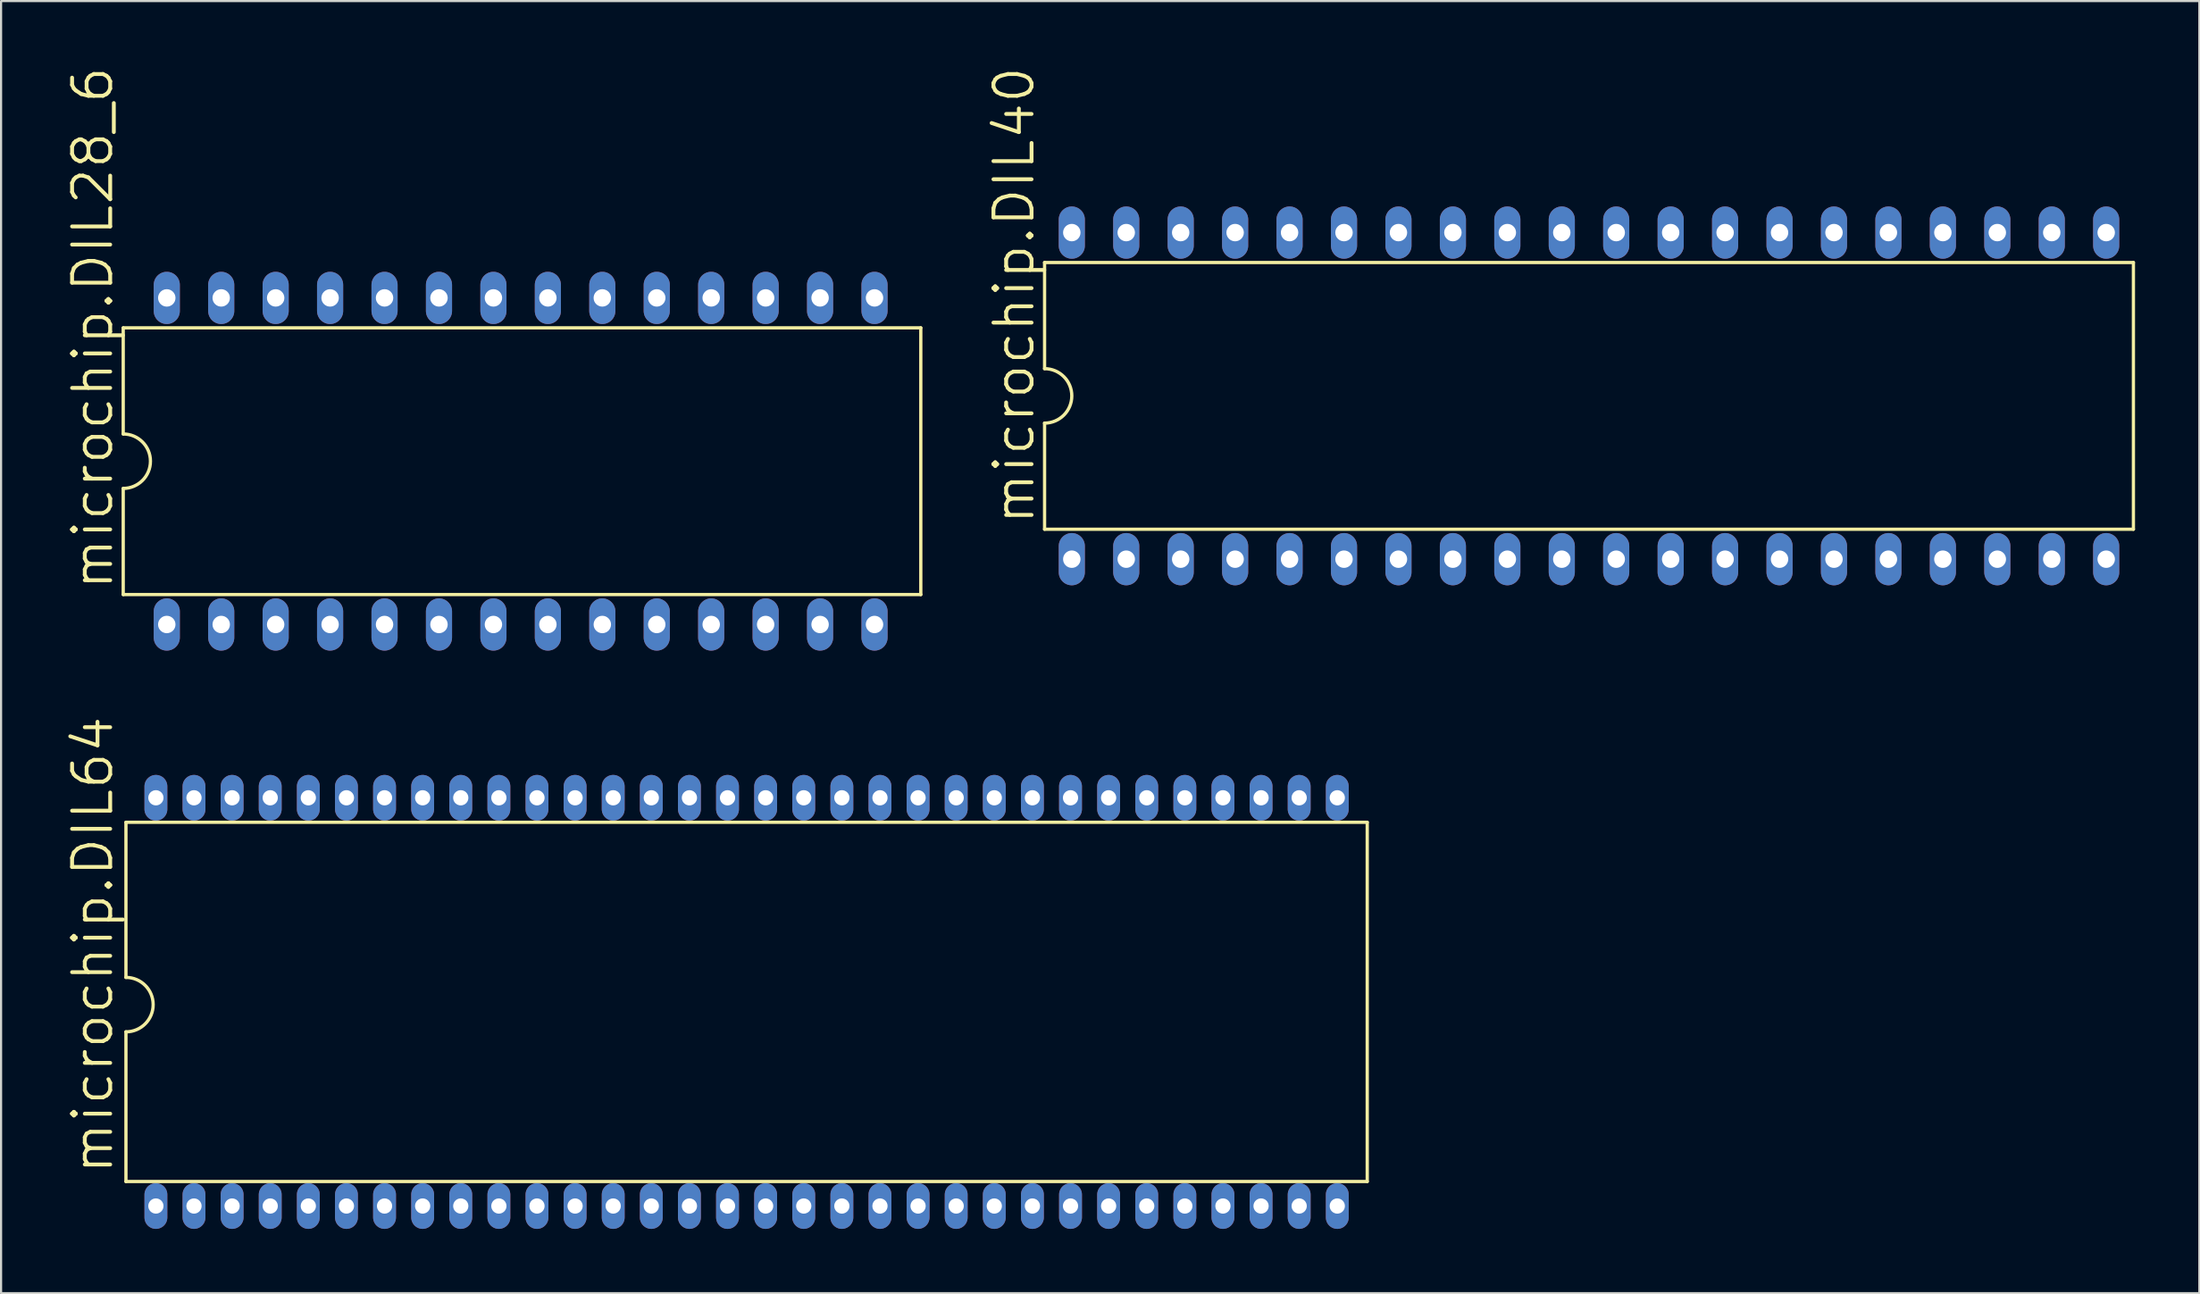
<source format=kicad_pcb>
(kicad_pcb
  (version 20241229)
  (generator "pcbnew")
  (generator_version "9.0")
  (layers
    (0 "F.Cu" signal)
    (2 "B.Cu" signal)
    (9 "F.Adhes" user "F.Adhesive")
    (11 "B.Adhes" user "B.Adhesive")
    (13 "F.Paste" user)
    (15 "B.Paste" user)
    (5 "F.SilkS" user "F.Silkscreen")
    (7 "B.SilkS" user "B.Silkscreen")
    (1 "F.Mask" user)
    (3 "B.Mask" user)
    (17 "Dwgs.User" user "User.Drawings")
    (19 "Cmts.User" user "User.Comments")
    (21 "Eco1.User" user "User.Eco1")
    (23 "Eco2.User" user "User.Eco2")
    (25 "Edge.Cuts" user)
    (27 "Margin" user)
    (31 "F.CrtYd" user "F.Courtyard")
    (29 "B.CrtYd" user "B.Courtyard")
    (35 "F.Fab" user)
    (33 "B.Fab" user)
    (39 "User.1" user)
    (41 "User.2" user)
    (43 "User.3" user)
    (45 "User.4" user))
  (footprint "microchip.DIL40"
    (layer "F.Cu")
    (at 71.085 15.424)
    (property "Reference" "microchip.DIL40" (at -25.781 6.096 90) (layer "F.SilkS") (effects (font (size 1.778 1.778) (thickness 0.18)) (justify left bottom)))
    (attr through_hole)
    (fp_line (start -25.4 -6.223) (end -25.4 -1.27) (stroke (width 0.152) (type default)) (layer "F.SilkS"))
    (fp_line (start -25.4 -6.223) (end 25.4 -6.223) (stroke (width 0.152) (type default)) (layer "F.SilkS"))
    (fp_line (start -25.4 1.27) (end -25.4 6.223) (stroke (width 0.152) (type default)) (layer "F.SilkS"))
    (fp_line (start -25.4 6.223) (end 25.4 6.223) (stroke (width 0.152) (type default)) (layer "F.SilkS"))
    (fp_line (start 25.4 6.223) (end 25.4 -6.223) (stroke (width 0.152) (type default)) (layer "F.SilkS"))
    (fp_arc (start -25.4 -1.27) (mid -24.13 0) (end -25.4 1.27) (stroke (width 0.1524) (type default)) (layer "F.SilkS"))
    (pad "1" thru_hole oval (at -24.13 7.62 90) (size 2.438 1.219) (drill 0.813) (layers "*.Cu" "*.Mask"))
    (pad "2" thru_hole oval (at -21.59 7.62 90) (size 2.438 1.219) (drill 0.813) (layers "*.Cu" "*.Mask"))
    (pad "3" thru_hole oval (at -19.05 7.62 90) (size 2.438 1.219) (drill 0.813) (layers "*.Cu" "*.Mask"))
    (pad "4" thru_hole oval (at -16.51 7.62 90) (size 2.438 1.219) (drill 0.813) (layers "*.Cu" "*.Mask"))
    (pad "5" thru_hole oval (at -13.97 7.62 90) (size 2.438 1.219) (drill 0.813) (layers "*.Cu" "*.Mask"))
    (pad "6" thru_hole oval (at -11.43 7.62 90) (size 2.438 1.219) (drill 0.813) (layers "*.Cu" "*.Mask"))
    (pad "7" thru_hole oval (at -8.89 7.62 90) (size 2.438 1.219) (drill 0.813) (layers "*.Cu" "*.Mask"))
    (pad "8" thru_hole oval (at -6.35 7.62 90) (size 2.438 1.219) (drill 0.813) (layers "*.Cu" "*.Mask"))
    (pad "9" thru_hole oval (at -3.81 7.62 90) (size 2.438 1.219) (drill 0.813) (layers "*.Cu" "*.Mask"))
    (pad "10" thru_hole oval (at -1.27 7.62 90) (size 2.438 1.219) (drill 0.813) (layers "*.Cu" "*.Mask"))
    (pad "11" thru_hole oval (at 1.27 7.62 90) (size 2.438 1.219) (drill 0.813) (layers "*.Cu" "*.Mask"))
    (pad "12" thru_hole oval (at 3.81 7.62 90) (size 2.438 1.219) (drill 0.813) (layers "*.Cu" "*.Mask"))
    (pad "13" thru_hole oval (at 6.35 7.62 90) (size 2.438 1.219) (drill 0.813) (layers "*.Cu" "*.Mask"))
    (pad "14" thru_hole oval (at 8.89 7.62 90) (size 2.438 1.219) (drill 0.813) (layers "*.Cu" "*.Mask"))
    (pad "15" thru_hole oval (at 11.43 7.62 90) (size 2.438 1.219) (drill 0.813) (layers "*.Cu" "*.Mask"))
    (pad "16" thru_hole oval (at 13.97 7.62 90) (size 2.438 1.219) (drill 0.813) (layers "*.Cu" "*.Mask"))
    (pad "17" thru_hole oval (at 16.51 7.62 90) (size 2.438 1.219) (drill 0.813) (layers "*.Cu" "*.Mask"))
    (pad "18" thru_hole oval (at 19.05 7.62 90) (size 2.438 1.219) (drill 0.813) (layers "*.Cu" "*.Mask"))
    (pad "19" thru_hole oval (at 21.59 7.62 90) (size 2.438 1.219) (drill 0.813) (layers "*.Cu" "*.Mask"))
    (pad "20" thru_hole oval (at 24.13 7.62 90) (size 2.438 1.219) (drill 0.813) (layers "*.Cu" "*.Mask"))
    (pad "21" thru_hole oval (at 24.13 -7.62 90) (size 2.438 1.219) (drill 0.813) (layers "*.Cu" "*.Mask"))
    (pad "22" thru_hole oval (at 21.59 -7.62 90) (size 2.438 1.219) (drill 0.813) (layers "*.Cu" "*.Mask"))
    (pad "23" thru_hole oval (at 19.05 -7.62 90) (size 2.438 1.219) (drill 0.813) (layers "*.Cu" "*.Mask"))
    (pad "24" thru_hole oval (at 16.51 -7.62 90) (size 2.438 1.219) (drill 0.813) (layers "*.Cu" "*.Mask"))
    (pad "25" thru_hole oval (at 13.97 -7.62 90) (size 2.438 1.219) (drill 0.813) (layers "*.Cu" "*.Mask"))
    (pad "26" thru_hole oval (at 11.43 -7.62 90) (size 2.438 1.219) (drill 0.813) (layers "*.Cu" "*.Mask"))
    (pad "27" thru_hole oval (at 8.89 -7.62 90) (size 2.438 1.219) (drill 0.813) (layers "*.Cu" "*.Mask"))
    (pad "28" thru_hole oval (at 6.35 -7.62 90) (size 2.438 1.219) (drill 0.813) (layers "*.Cu" "*.Mask"))
    (pad "29" thru_hole oval (at 3.81 -7.62 90) (size 2.438 1.219) (drill 0.813) (layers "*.Cu" "*.Mask"))
    (pad "30" thru_hole oval (at 1.27 -7.62 90) (size 2.438 1.219) (drill 0.813) (layers "*.Cu" "*.Mask"))
    (pad "31" thru_hole oval (at -1.27 -7.62 90) (size 2.438 1.219) (drill 0.813) (layers "*.Cu" "*.Mask"))
    (pad "32" thru_hole oval (at -3.81 -7.62 90) (size 2.438 1.219) (drill 0.813) (layers "*.Cu" "*.Mask"))
    (pad "33" thru_hole oval (at -6.35 -7.62 90) (size 2.438 1.219) (drill 0.813) (layers "*.Cu" "*.Mask"))
    (pad "34" thru_hole oval (at -8.89 -7.62 90) (size 2.438 1.219) (drill 0.813) (layers "*.Cu" "*.Mask"))
    (pad "35" thru_hole oval (at -11.43 -7.62 90) (size 2.438 1.219) (drill 0.813) (layers "*.Cu" "*.Mask"))
    (pad "36" thru_hole oval (at -13.97 -7.62 90) (size 2.438 1.219) (drill 0.813) (layers "*.Cu" "*.Mask"))
    (pad "37" thru_hole oval (at -16.51 -7.62 90) (size 2.438 1.219) (drill 0.813) (layers "*.Cu" "*.Mask"))
    (pad "38" thru_hole oval (at -19.05 -7.62 90) (size 2.438 1.219) (drill 0.813) (layers "*.Cu" "*.Mask"))
    (pad "39" thru_hole oval (at -21.59 -7.62 90) (size 2.438 1.219) (drill 0.813) (layers "*.Cu" "*.Mask"))
    (pad "40" thru_hole oval (at -24.13 -7.62 90) (size 2.438 1.219) (drill 0.813) (layers "*.Cu" "*.Mask")))
  (footprint "microchip.DIL28_6"
    (layer "F.Cu")
    (at 21.241 18.472)
    (property "Reference" "microchip.DIL28_6" (at -18.923 6.096 90) (layer "F.SilkS") (effects (font (size 1.778 1.778) (thickness 0.18)) (justify left bottom)))
    (attr through_hole)
    (fp_line (start -18.542 -6.223) (end -18.542 -1.27) (stroke (width 0.152) (type default)) (layer "F.SilkS"))
    (fp_line (start -18.542 -6.223) (end 18.669 -6.223) (stroke (width 0.152) (type default)) (layer "F.SilkS"))
    (fp_line (start -18.542 1.27) (end -18.542 6.223) (stroke (width 0.152) (type default)) (layer "F.SilkS"))
    (fp_line (start 18.669 6.223) (end -18.542 6.223) (stroke (width 0.152) (type default)) (layer "F.SilkS"))
    (fp_line (start 18.669 6.223) (end 18.669 -6.223) (stroke (width 0.152) (type default)) (layer "F.SilkS"))
    (fp_arc (start -18.542 -1.27) (mid -17.272 0) (end -18.542 1.27) (stroke (width 0.1524) (type default)) (layer "F.SilkS"))
    (pad "1" thru_hole oval (at -16.51 7.62 90) (size 2.438 1.219) (drill 0.813) (layers "*.Cu" "*.Mask"))
    (pad "2" thru_hole oval (at -13.97 7.62 90) (size 2.438 1.219) (drill 0.813) (layers "*.Cu" "*.Mask"))
    (pad "3" thru_hole oval (at -11.43 7.62 90) (size 2.438 1.219) (drill 0.813) (layers "*.Cu" "*.Mask"))
    (pad "4" thru_hole oval (at -8.89 7.62 90) (size 2.438 1.219) (drill 0.813) (layers "*.Cu" "*.Mask"))
    (pad "5" thru_hole oval (at -6.35 7.62 90) (size 2.438 1.219) (drill 0.813) (layers "*.Cu" "*.Mask"))
    (pad "6" thru_hole oval (at -3.81 7.62 90) (size 2.438 1.219) (drill 0.813) (layers "*.Cu" "*.Mask"))
    (pad "7" thru_hole oval (at -1.27 7.62 90) (size 2.438 1.219) (drill 0.813) (layers "*.Cu" "*.Mask"))
    (pad "8" thru_hole oval (at 1.27 7.62 90) (size 2.438 1.219) (drill 0.813) (layers "*.Cu" "*.Mask"))
    (pad "9" thru_hole oval (at 3.81 7.62 90) (size 2.438 1.219) (drill 0.813) (layers "*.Cu" "*.Mask"))
    (pad "10" thru_hole oval (at 6.35 7.62 90) (size 2.438 1.219) (drill 0.813) (layers "*.Cu" "*.Mask"))
    (pad "11" thru_hole oval (at 8.89 7.62 90) (size 2.438 1.219) (drill 0.813) (layers "*.Cu" "*.Mask"))
    (pad "12" thru_hole oval (at 11.43 7.62 90) (size 2.438 1.219) (drill 0.813) (layers "*.Cu" "*.Mask"))
    (pad "13" thru_hole oval (at 13.97 7.62 90) (size 2.438 1.219) (drill 0.813) (layers "*.Cu" "*.Mask"))
    (pad "14" thru_hole oval (at 16.51 7.62 90) (size 2.438 1.219) (drill 0.813) (layers "*.Cu" "*.Mask"))
    (pad "15" thru_hole oval (at 16.51 -7.62 90) (size 2.438 1.219) (drill 0.813) (layers "*.Cu" "*.Mask"))
    (pad "16" thru_hole oval (at 13.97 -7.62 90) (size 2.438 1.219) (drill 0.813) (layers "*.Cu" "*.Mask"))
    (pad "17" thru_hole oval (at 11.43 -7.62 90) (size 2.438 1.219) (drill 0.813) (layers "*.Cu" "*.Mask"))
    (pad "18" thru_hole oval (at 8.89 -7.62 90) (size 2.438 1.219) (drill 0.813) (layers "*.Cu" "*.Mask"))
    (pad "19" thru_hole oval (at 6.35 -7.62 90) (size 2.438 1.219) (drill 0.813) (layers "*.Cu" "*.Mask"))
    (pad "20" thru_hole oval (at 3.81 -7.62 90) (size 2.438 1.219) (drill 0.813) (layers "*.Cu" "*.Mask"))
    (pad "21" thru_hole oval (at 1.27 -7.62 90) (size 2.438 1.219) (drill 0.813) (layers "*.Cu" "*.Mask"))
    (pad "22" thru_hole oval (at -1.27 -7.62 90) (size 2.438 1.219) (drill 0.813) (layers "*.Cu" "*.Mask"))
    (pad "23" thru_hole oval (at -3.81 -7.62 90) (size 2.438 1.219) (drill 0.813) (layers "*.Cu" "*.Mask"))
    (pad "24" thru_hole oval (at -6.35 -7.62 90) (size 2.438 1.219) (drill 0.813) (layers "*.Cu" "*.Mask"))
    (pad "25" thru_hole oval (at -8.89 -7.62 90) (size 2.438 1.219) (drill 0.813) (layers "*.Cu" "*.Mask"))
    (pad "26" thru_hole oval (at -11.43 -7.62 90) (size 2.438 1.219) (drill 0.813) (layers "*.Cu" "*.Mask"))
    (pad "27" thru_hole oval (at -13.97 -7.62 90) (size 2.438 1.219) (drill 0.813) (layers "*.Cu" "*.Mask"))
    (pad "28" thru_hole oval (at -16.51 -7.62 90) (size 2.438 1.219) (drill 0.813) (layers "*.Cu" "*.Mask")))
  (footprint "microchip.DIL64"
    (layer "F.Cu")
    (at 31.782 43.704)
    (property "Reference" "microchip.DIL64" (at -29.464 8.128 90) (layer "F.SilkS") (effects (font (size 1.778 1.778) (thickness 0.18)) (justify left bottom)))
    (attr through_hole)
    (fp_line (start -28.956 -8.382) (end -28.956 -1.143) (stroke (width 0.152) (type default)) (layer "F.SilkS"))
    (fp_line (start -28.956 -8.382) (end 28.956 -8.382) (stroke (width 0.152) (type default)) (layer "F.SilkS"))
    (fp_line (start -28.956 1.397) (end -28.956 8.382) (stroke (width 0.152) (type default)) (layer "F.SilkS"))
    (fp_line (start -28.956 8.382) (end 28.956 8.382) (stroke (width 0.152) (type default)) (layer "F.SilkS"))
    (fp_line (start 28.956 8.382) (end 28.956 -8.382) (stroke (width 0.152) (type default)) (layer "F.SilkS"))
    (fp_arc (start -28.956 -1.143) (mid -27.686 0.127) (end -28.956 1.397) (stroke (width 0.1524) (type default)) (layer "F.SilkS"))
    (pad "1" thru_hole oval (at -27.559 9.525 90) (size 2.134 1.067) (drill 0.711) (layers "*.Cu" "*.Mask"))
    (pad "2" thru_hole oval (at -25.781 9.525 90) (size 2.134 1.067) (drill 0.711) (layers "*.Cu" "*.Mask"))
    (pad "3" thru_hole oval (at -24.003 9.525 90) (size 2.134 1.067) (drill 0.711) (layers "*.Cu" "*.Mask"))
    (pad "4" thru_hole oval (at -22.225 9.525 90) (size 2.134 1.067) (drill 0.711) (layers "*.Cu" "*.Mask"))
    (pad "5" thru_hole oval (at -20.447 9.525 90) (size 2.134 1.067) (drill 0.711) (layers "*.Cu" "*.Mask"))
    (pad "6" thru_hole oval (at -18.669 9.525 90) (size 2.134 1.067) (drill 0.711) (layers "*.Cu" "*.Mask"))
    (pad "7" thru_hole oval (at -16.891 9.525 90) (size 2.134 1.067) (drill 0.711) (layers "*.Cu" "*.Mask"))
    (pad "8" thru_hole oval (at -15.113 9.525 90) (size 2.134 1.067) (drill 0.711) (layers "*.Cu" "*.Mask"))
    (pad "9" thru_hole oval (at -13.335 9.525 90) (size 2.134 1.067) (drill 0.711) (layers "*.Cu" "*.Mask"))
    (pad "10" thru_hole oval (at -11.557 9.525 90) (size 2.134 1.067) (drill 0.711) (layers "*.Cu" "*.Mask"))
    (pad "11" thru_hole oval (at -9.779 9.525 90) (size 2.134 1.067) (drill 0.711) (layers "*.Cu" "*.Mask"))
    (pad "12" thru_hole oval (at -8.001 9.525 90) (size 2.134 1.067) (drill 0.711) (layers "*.Cu" "*.Mask"))
    (pad "13" thru_hole oval (at -6.223 9.525 90) (size 2.134 1.067) (drill 0.711) (layers "*.Cu" "*.Mask"))
    (pad "14" thru_hole oval (at -4.445 9.525 90) (size 2.134 1.067) (drill 0.711) (layers "*.Cu" "*.Mask"))
    (pad "15" thru_hole oval (at -2.667 9.525 90) (size 2.134 1.067) (drill 0.711) (layers "*.Cu" "*.Mask"))
    (pad "16" thru_hole oval (at -0.889 9.525 90) (size 2.134 1.067) (drill 0.711) (layers "*.Cu" "*.Mask"))
    (pad "17" thru_hole oval (at 0.889 9.525 90) (size 2.134 1.067) (drill 0.711) (layers "*.Cu" "*.Mask"))
    (pad "18" thru_hole oval (at 2.667 9.525 90) (size 2.134 1.067) (drill 0.711) (layers "*.Cu" "*.Mask"))
    (pad "19" thru_hole oval (at 4.445 9.525 90) (size 2.134 1.067) (drill 0.711) (layers "*.Cu" "*.Mask"))
    (pad "20" thru_hole oval (at 6.223 9.525 90) (size 2.134 1.067) (drill 0.711) (layers "*.Cu" "*.Mask"))
    (pad "21" thru_hole oval (at 8.001 9.525 90) (size 2.134 1.067) (drill 0.711) (layers "*.Cu" "*.Mask"))
    (pad "22" thru_hole oval (at 9.779 9.525 90) (size 2.134 1.067) (drill 0.711) (layers "*.Cu" "*.Mask"))
    (pad "23" thru_hole oval (at 11.557 9.525 90) (size 2.134 1.067) (drill 0.711) (layers "*.Cu" "*.Mask"))
    (pad "24" thru_hole oval (at 13.335 9.525 90) (size 2.134 1.067) (drill 0.711) (layers "*.Cu" "*.Mask"))
    (pad "25" thru_hole oval (at 15.113 9.525 90) (size 2.134 1.067) (drill 0.711) (layers "*.Cu" "*.Mask"))
    (pad "26" thru_hole oval (at 16.891 9.525 90) (size 2.134 1.067) (drill 0.711) (layers "*.Cu" "*.Mask"))
    (pad "27" thru_hole oval (at 18.669 9.525 90) (size 2.134 1.067) (drill 0.711) (layers "*.Cu" "*.Mask"))
    (pad "28" thru_hole oval (at 20.447 9.525 90) (size 2.134 1.067) (drill 0.711) (layers "*.Cu" "*.Mask"))
    (pad "29" thru_hole oval (at 22.225 9.525 90) (size 2.134 1.067) (drill 0.711) (layers "*.Cu" "*.Mask"))
    (pad "30" thru_hole oval (at 24.003 9.525 90) (size 2.134 1.067) (drill 0.711) (layers "*.Cu" "*.Mask"))
    (pad "31" thru_hole oval (at 25.781 9.525 90) (size 2.134 1.067) (drill 0.711) (layers "*.Cu" "*.Mask"))
    (pad "32" thru_hole oval (at 27.559 9.525 90) (size 2.134 1.067) (drill 0.711) (layers "*.Cu" "*.Mask"))
    (pad "33" thru_hole oval (at 27.559 -9.525 90) (size 2.134 1.067) (drill 0.711) (layers "*.Cu" "*.Mask"))
    (pad "34" thru_hole oval (at 25.781 -9.525 90) (size 2.134 1.067) (drill 0.711) (layers "*.Cu" "*.Mask"))
    (pad "35" thru_hole oval (at 24.003 -9.525 90) (size 2.134 1.067) (drill 0.711) (layers "*.Cu" "*.Mask"))
    (pad "36" thru_hole oval (at 22.225 -9.525 90) (size 2.134 1.067) (drill 0.711) (layers "*.Cu" "*.Mask"))
    (pad "37" thru_hole oval (at 20.447 -9.525 90) (size 2.134 1.067) (drill 0.711) (layers "*.Cu" "*.Mask"))
    (pad "38" thru_hole oval (at 18.669 -9.525 90) (size 2.134 1.067) (drill 0.711) (layers "*.Cu" "*.Mask"))
    (pad "39" thru_hole oval (at 16.891 -9.525 90) (size 2.134 1.067) (drill 0.711) (layers "*.Cu" "*.Mask"))
    (pad "40" thru_hole oval (at 15.113 -9.525 90) (size 2.134 1.067) (drill 0.711) (layers "*.Cu" "*.Mask"))
    (pad "41" thru_hole oval (at 13.335 -9.525 90) (size 2.134 1.067) (drill 0.711) (layers "*.Cu" "*.Mask"))
    (pad "42" thru_hole oval (at 11.557 -9.525 90) (size 2.134 1.067) (drill 0.711) (layers "*.Cu" "*.Mask"))
    (pad "43" thru_hole oval (at 9.779 -9.525 90) (size 2.134 1.067) (drill 0.711) (layers "*.Cu" "*.Mask"))
    (pad "44" thru_hole oval (at 8.001 -9.525 90) (size 2.134 1.067) (drill 0.711) (layers "*.Cu" "*.Mask"))
    (pad "45" thru_hole oval (at 6.223 -9.525 90) (size 2.134 1.067) (drill 0.711) (layers "*.Cu" "*.Mask"))
    (pad "46" thru_hole oval (at 4.445 -9.525 90) (size 2.134 1.067) (drill 0.711) (layers "*.Cu" "*.Mask"))
    (pad "47" thru_hole oval (at 2.667 -9.525 90) (size 2.134 1.067) (drill 0.711) (layers "*.Cu" "*.Mask"))
    (pad "48" thru_hole oval (at 0.889 -9.525 90) (size 2.134 1.067) (drill 0.711) (layers "*.Cu" "*.Mask"))
    (pad "49" thru_hole oval (at -0.889 -9.525 90) (size 2.134 1.067) (drill 0.711) (layers "*.Cu" "*.Mask"))
    (pad "50" thru_hole oval (at -2.667 -9.525 90) (size 2.134 1.067) (drill 0.711) (layers "*.Cu" "*.Mask"))
    (pad "51" thru_hole oval (at -4.445 -9.525 90) (size 2.134 1.067) (drill 0.711) (layers "*.Cu" "*.Mask"))
    (pad "52" thru_hole oval (at -6.223 -9.525 90) (size 2.134 1.067) (drill 0.711) (layers "*.Cu" "*.Mask"))
    (pad "53" thru_hole oval (at -8.001 -9.525 90) (size 2.134 1.067) (drill 0.711) (layers "*.Cu" "*.Mask"))
    (pad "54" thru_hole oval (at -9.779 -9.525 90) (size 2.134 1.067) (drill 0.711) (layers "*.Cu" "*.Mask"))
    (pad "55" thru_hole oval (at -11.557 -9.525 90) (size 2.134 1.067) (drill 0.711) (layers "*.Cu" "*.Mask"))
    (pad "56" thru_hole oval (at -13.335 -9.525 90) (size 2.134 1.067) (drill 0.711) (layers "*.Cu" "*.Mask"))
    (pad "57" thru_hole oval (at -15.113 -9.525 90) (size 2.134 1.067) (drill 0.711) (layers "*.Cu" "*.Mask"))
    (pad "58" thru_hole oval (at -16.891 -9.525 90) (size 2.134 1.067) (drill 0.711) (layers "*.Cu" "*.Mask"))
    (pad "59" thru_hole oval (at -18.669 -9.525 90) (size 2.134 1.067) (drill 0.711) (layers "*.Cu" "*.Mask"))
    (pad "60" thru_hole oval (at -20.447 -9.525 90) (size 2.134 1.067) (drill 0.711) (layers "*.Cu" "*.Mask"))
    (pad "61" thru_hole oval (at -22.225 -9.525 90) (size 2.134 1.067) (drill 0.711) (layers "*.Cu" "*.Mask"))
    (pad "62" thru_hole oval (at -24.003 -9.525 90) (size 2.134 1.067) (drill 0.711) (layers "*.Cu" "*.Mask"))
    (pad "63" thru_hole oval (at -25.781 -9.525 90) (size 2.134 1.067) (drill 0.711) (layers "*.Cu" "*.Mask"))
    (pad "64" thru_hole oval (at -27.559 -9.525 90) (size 2.134 1.067) (drill 0.711) (layers "*.Cu" "*.Mask")))
  (gr_rect
    (start -3 -3)
    (end 99.561 57.296)
    (stroke (width 0.1) (type default))
    (fill no)
    (layer "Edge.Cuts")))
</source>
